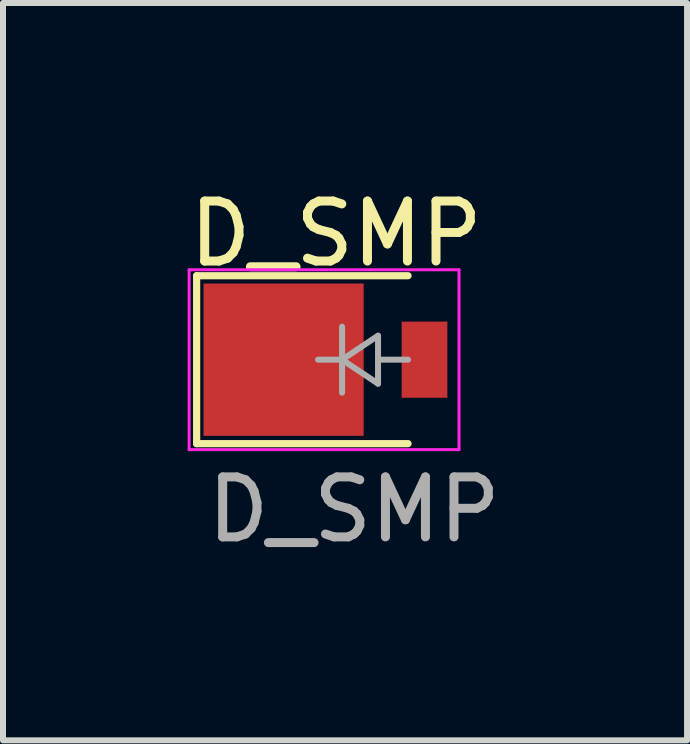
<source format=kicad_pcb>
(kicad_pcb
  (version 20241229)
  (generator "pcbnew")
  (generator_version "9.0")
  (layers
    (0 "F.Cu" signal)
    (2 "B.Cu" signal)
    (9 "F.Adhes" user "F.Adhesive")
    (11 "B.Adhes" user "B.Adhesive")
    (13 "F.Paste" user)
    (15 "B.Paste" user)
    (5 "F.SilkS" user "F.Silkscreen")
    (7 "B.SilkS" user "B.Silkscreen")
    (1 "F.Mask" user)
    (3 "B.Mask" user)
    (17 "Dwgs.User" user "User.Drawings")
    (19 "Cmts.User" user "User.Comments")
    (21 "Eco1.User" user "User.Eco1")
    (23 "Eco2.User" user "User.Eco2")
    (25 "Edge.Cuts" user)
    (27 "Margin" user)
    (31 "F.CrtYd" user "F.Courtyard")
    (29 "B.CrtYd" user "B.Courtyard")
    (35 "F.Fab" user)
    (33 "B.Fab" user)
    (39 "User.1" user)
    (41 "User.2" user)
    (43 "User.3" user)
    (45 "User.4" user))
  (footprint "D_SMP"
    (layer "F.Cu")
    (at 2.854 2.948)
    (property "Reference" "D_SMP" (at -0.3 -2.1 0) (unlocked yes) (layer "F.SilkS") (effects (font (size 1 1) (thickness 0.15))))
    (attr smd)
    (fp_line (start -2.625 -1.4) (end -2.625 1.4) (stroke (width 0.12) (type solid)) (layer "F.SilkS"))
    (fp_line (start -2.625 -1.4) (end 0.9 -1.4) (stroke (width 0.12) (type solid)) (layer "F.SilkS"))
    (fp_line (start -2.625 1.4) (end 0.9 1.4) (stroke (width 0.12) (type solid)) (layer "F.SilkS"))
    (fp_line (start -2.75 -1.5) (end -2.75 1.5) (stroke (width 0.05) (type solid)) (layer "F.CrtYd"))
    (fp_line (start -2.75 -1.5) (end 1.75 -1.5) (stroke (width 0.05) (type solid)) (layer "F.CrtYd"))
    (fp_line (start 1.75 -1.5) (end 1.75 1.5) (stroke (width 0.05) (type solid)) (layer "F.CrtYd"))
    (fp_line (start 1.75 1.5) (end -2.75 1.5) (stroke (width 0.05) (type solid)) (layer "F.CrtYd"))
    (fp_line (start -0.6 0) (end -0.2 0) (stroke (width 0.1) (type solid)) (layer "F.Fab"))
    (fp_line (start -0.2 0) (end -0.2 -0.55) (stroke (width 0.1) (type solid)) (layer "F.Fab"))
    (fp_line (start -0.2 0) (end -0.2 0.55) (stroke (width 0.1) (type solid)) (layer "F.Fab"))
    (fp_line (start -0.2 0) (end 0.4 -0.4) (stroke (width 0.1) (type solid)) (layer "F.Fab"))
    (fp_line (start 0.4 -0.4) (end 0.4 0.4) (stroke (width 0.1) (type solid)) (layer "F.Fab"))
    (fp_line (start 0.4 0) (end 0.9 0) (stroke (width 0.1) (type solid)) (layer "F.Fab"))
    (fp_line (start 0.4 0.4) (end -0.2 0) (stroke (width 0.1) (type solid)) (layer "F.Fab"))
    (fp_text user "${REFERENCE}" (at 0 2.5 0) (unlocked yes) (layer "F.Fab") (effects (font (size 1 1) (thickness 0.15))))
    (pad "1" smd rect (at -1.175 0) (size 2.67 2.54) (layers "F.Cu" "F.Mask" "F.Paste"))
    (pad "2" smd rect (at 1.175 0) (size 0.762 1.27) (layers "F.Cu" "F.Mask" "F.Paste")))
  (gr_rect
    (start -3 -3)
    (end 8.407 9.296)
    (stroke (width 0.1) (type default))
    (fill no)
    (layer "Edge.Cuts")))
</source>
